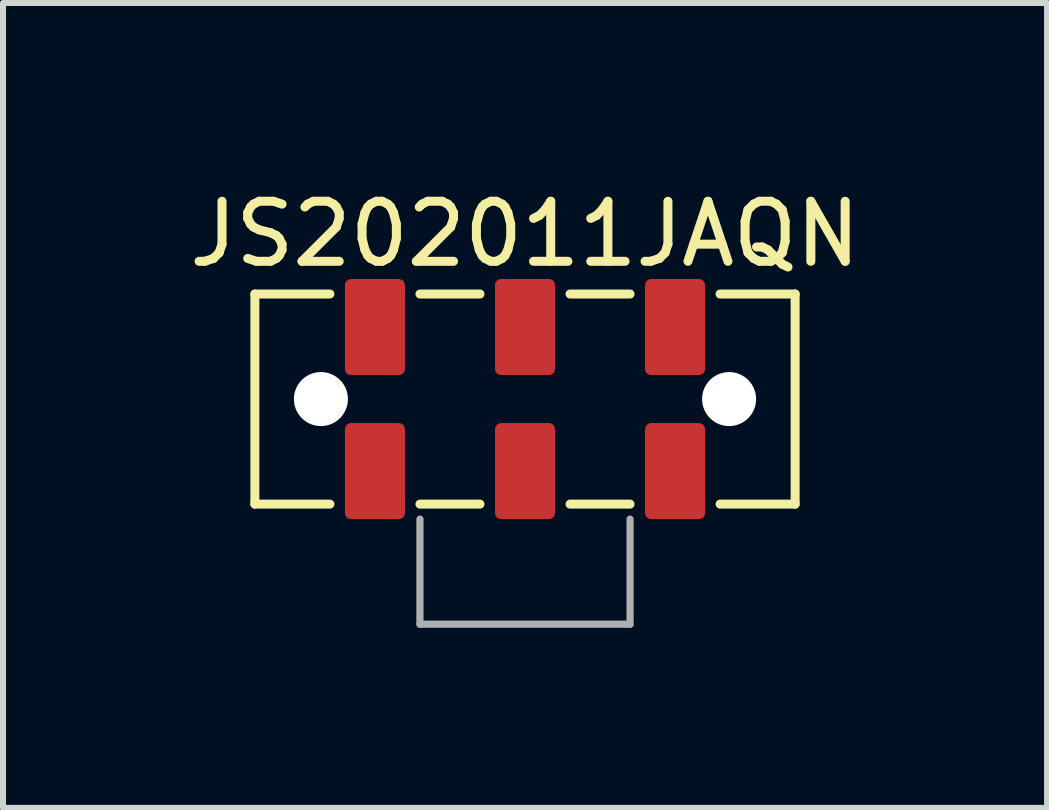
<source format=kicad_pcb>
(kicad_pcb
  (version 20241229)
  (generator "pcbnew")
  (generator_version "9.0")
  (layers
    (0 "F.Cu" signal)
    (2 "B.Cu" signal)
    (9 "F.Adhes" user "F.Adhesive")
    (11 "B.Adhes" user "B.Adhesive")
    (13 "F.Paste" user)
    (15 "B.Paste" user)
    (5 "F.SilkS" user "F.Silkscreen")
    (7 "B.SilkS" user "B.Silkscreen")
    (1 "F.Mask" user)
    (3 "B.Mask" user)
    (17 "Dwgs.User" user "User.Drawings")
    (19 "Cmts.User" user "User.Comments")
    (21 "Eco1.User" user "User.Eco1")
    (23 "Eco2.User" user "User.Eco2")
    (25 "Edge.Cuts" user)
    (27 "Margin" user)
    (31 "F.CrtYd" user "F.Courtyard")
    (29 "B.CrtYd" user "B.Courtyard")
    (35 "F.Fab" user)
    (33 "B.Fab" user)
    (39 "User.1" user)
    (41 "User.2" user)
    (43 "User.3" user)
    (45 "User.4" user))
  (footprint "JS202011JAQN"
    (layer "F.Cu")
    (at 5.696 3.598)
    (property "Reference" "JS202011JAQN" (at 0 -2.75 0) (layer "F.SilkS") (effects (font (size 1 1) (thickness 0.15))))
    (attr through_hole)
    (fp_line (start -4.5 -1.75) (end -3.25 -1.75) (stroke (width 0.15) (type solid)) (layer "F.SilkS"))
    (fp_line (start -4.5 1.75) (end -4.5 -1.75) (stroke (width 0.15) (type solid)) (layer "F.SilkS"))
    (fp_line (start -3.25 1.75) (end -4.5 1.75) (stroke (width 0.15) (type solid)) (layer "F.SilkS"))
    (fp_line (start -1.75 -1.75) (end -0.75 -1.75) (stroke (width 0.15) (type solid)) (layer "F.SilkS"))
    (fp_line (start -0.75 1.75) (end -1.75 1.75) (stroke (width 0.15) (type solid)) (layer "F.SilkS"))
    (fp_line (start 0.75 -1.75) (end 1.75 -1.75) (stroke (width 0.15) (type solid)) (layer "F.SilkS"))
    (fp_line (start 1.75 1.75) (end 0.75 1.75) (stroke (width 0.15) (type solid)) (layer "F.SilkS"))
    (fp_line (start 3.25 -1.75) (end 4.5 -1.75) (stroke (width 0.15) (type solid)) (layer "F.SilkS"))
    (fp_line (start 4.5 -1.75) (end 4.5 1.75) (stroke (width 0.15) (type solid)) (layer "F.SilkS"))
    (fp_line (start 4.5 1.75) (end 3.25 1.75) (stroke (width 0.15) (type solid)) (layer "F.SilkS"))
    (fp_line (start -1.75 3.75) (end -1.75 2) (stroke (width 0.12) (type solid)) (layer "F.Fab"))
    (fp_line (start -1.75 3.75) (end 1.75 3.75) (stroke (width 0.12) (type solid)) (layer "F.Fab"))
    (fp_line (start 1.75 3.75) (end 1.75 2) (stroke (width 0.12) (type solid)) (layer "F.Fab"))
    (pad "" np_thru_hole circle (at -3.4 0) (size 0.9 0.9) (drill 0.9) (layers "*.Cu" "*.Mask"))
    (pad "" np_thru_hole circle (at 3.4 0) (size 0.9 0.9) (drill 0.9) (layers "*.Cu" "*.Mask"))
    (pad "1" smd roundrect (at -2.5 -1.2) (size 1 1.6) (layers "F.Cu" "F.Mask" "F.Paste") (roundrect_rratio 0.1))
    (pad "2" smd roundrect (at 0 -1.2) (size 1 1.6) (layers "F.Cu" "F.Mask" "F.Paste") (roundrect_rratio 0.1))
    (pad "3" smd roundrect (at 2.5 -1.2) (size 1 1.6) (layers "F.Cu" "F.Mask" "F.Paste") (roundrect_rratio 0.1))
    (pad "4" smd roundrect (at -2.5 1.2) (size 1 1.6) (layers "F.Cu" "F.Mask" "F.Paste") (roundrect_rratio 0.1))
    (pad "5" smd roundrect (at 0 1.2) (size 1 1.6) (layers "F.Cu" "F.Mask" "F.Paste") (roundrect_rratio 0.1))
    (pad "6" smd roundrect (at 2.5 1.2) (size 1 1.6) (layers "F.Cu" "F.Mask" "F.Paste") (roundrect_rratio 0.1)))
  (gr_rect
    (start -3 -3)
    (end 14.393 10.408)
    (stroke (width 0.1) (type default))
    (fill no)
    (layer "Edge.Cuts")))
</source>
